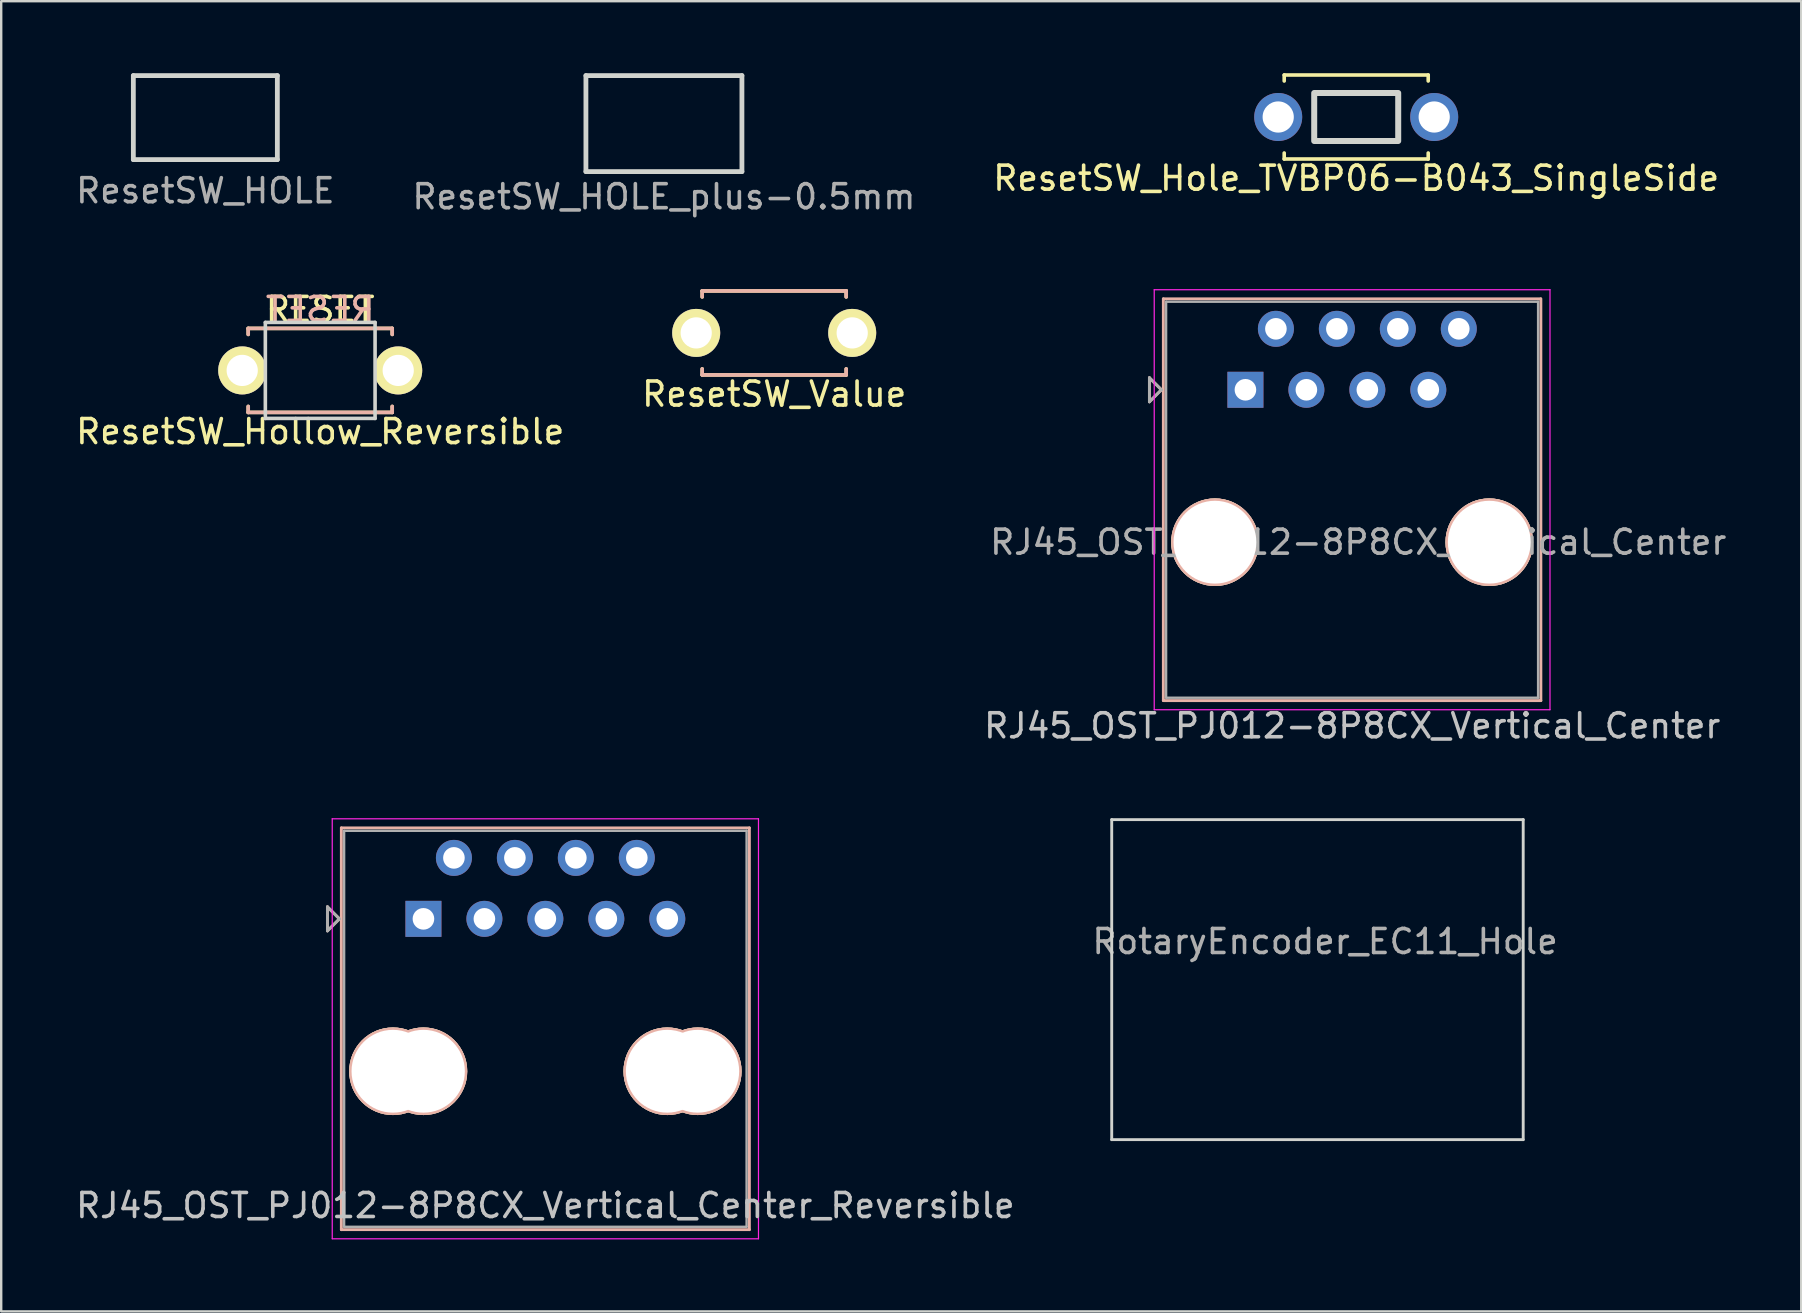
<source format=kicad_pcb>
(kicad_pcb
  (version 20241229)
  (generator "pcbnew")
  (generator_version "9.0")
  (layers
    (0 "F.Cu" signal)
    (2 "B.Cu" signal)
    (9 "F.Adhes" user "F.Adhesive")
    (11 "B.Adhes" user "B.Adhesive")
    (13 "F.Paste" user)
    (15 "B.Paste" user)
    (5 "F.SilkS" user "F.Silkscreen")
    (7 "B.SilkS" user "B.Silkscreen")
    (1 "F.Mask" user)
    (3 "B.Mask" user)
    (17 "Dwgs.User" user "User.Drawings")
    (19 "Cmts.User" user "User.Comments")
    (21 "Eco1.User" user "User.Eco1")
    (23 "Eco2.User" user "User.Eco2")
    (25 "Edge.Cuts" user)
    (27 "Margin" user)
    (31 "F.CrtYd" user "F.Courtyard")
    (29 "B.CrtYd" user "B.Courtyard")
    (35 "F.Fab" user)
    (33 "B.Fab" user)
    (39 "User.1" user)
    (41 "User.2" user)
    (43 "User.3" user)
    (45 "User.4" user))
  (footprint "RotaryEncoder_EC11_Hole"
    (layer "F.Cu")
    (at 52.161 37.45)
    (property "Reference" "RotaryEncoder_EC11_Hole" (at 0 -1.27 0) (layer "F.Fab") (effects (font (size 1 1) (thickness 0.15))))
    (attr through_hole)
    (fp_line (start -8.89 -6.35) (end -8.89 6.985) (stroke (width 0.12) (type solid)) (layer "Edge.Cuts"))
    (fp_line (start -8.89 6.985) (end 8.255 6.985) (stroke (width 0.12) (type solid)) (layer "Edge.Cuts"))
    (fp_line (start 8.255 -6.35) (end -8.89 -6.35) (stroke (width 0.12) (type solid)) (layer "Edge.Cuts"))
    (fp_line (start 8.255 6.985) (end 8.255 -6.35) (stroke (width 0.12) (type solid)) (layer "Edge.Cuts")))
  (footprint "RJ45_OST_PJ012-8P8CX_Vertical_Center_Reversible"
    (layer "F.Cu")
    (at 19.673 39.815)
    (property "Reference" "RJ45_OST_PJ012-8P8CX_Vertical_Center_Reversible" (at 0 7.366 0) (layer "Dwgs.User") (effects (font (size 1 1) (thickness 0.15))))
    (attr through_hole)
    (fp_line (start -9.08 -5.08) (end -9.08 -4.08) (stroke (width 0.12) (type solid)) (layer "B.SilkS"))
    (fp_line (start -9.08 -4.08) (end -8.58 -4.58) (stroke (width 0.12) (type solid)) (layer "B.SilkS"))
    (fp_line (start -8.58 -4.58) (end -9.08 -5.08) (stroke (width 0.12) (type solid)) (layer "B.SilkS"))
    (fp_line (start -8.5 -8.37) (end -8.5 8.37) (stroke (width 0.12) (type solid)) (layer "B.SilkS"))
    (fp_line (start 8.5 -8.37) (end -8.5 -8.37) (stroke (width 0.12) (type solid)) (layer "B.SilkS"))
    (fp_line (start 8.5 -8.37) (end 8.5 8.37) (stroke (width 0.12) (type solid)) (layer "B.SilkS"))
    (fp_line (start 8.5 8.37) (end -8.5 8.37) (stroke (width 0.12) (type solid)) (layer "B.SilkS"))
    (fp_line (start -8.88 -8.75) (end -8.88 8.75) (stroke (width 0.05) (type solid)) (layer "F.CrtYd"))
    (fp_line (start -8.88 -8.75) (end 8.88 -8.75) (stroke (width 0.05) (type solid)) (layer "F.CrtYd"))
    (fp_line (start -8.88 8.75) (end 8.88 8.75) (stroke (width 0.05) (type solid)) (layer "F.CrtYd"))
    (fp_line (start 8.88 -8.75) (end 8.88 8.75) (stroke (width 0.05) (type solid)) (layer "F.CrtYd"))
    (fp_line (start -9.08 -5.08) (end -9.08 -4.08) (stroke (width 0.12) (type solid)) (layer "F.Fab"))
    (fp_line (start -9.08 -4.08) (end -8.58 -4.58) (stroke (width 0.12) (type solid)) (layer "F.Fab"))
    (fp_line (start -8.58 -4.58) (end -9.08 -5.08) (stroke (width 0.12) (type solid)) (layer "F.Fab"))
    (fp_line (start -8.385 -8.25) (end -8.385 8.25) (stroke (width 0.1) (type solid)) (layer "F.Fab"))
    (fp_line (start 8.385 -8.25) (end -8.385 -8.25) (stroke (width 0.1) (type solid)) (layer "F.Fab"))
    (fp_line (start 8.385 -8.25) (end 8.385 8.25) (stroke (width 0.1) (type solid)) (layer "F.Fab"))
    (fp_line (start 8.385 8.25) (end -8.385 8.25) (stroke (width 0.1) (type solid)) (layer "F.Fab"))
    (pad "" np_thru_hole circle (at -6.35 1.77) (size 3.65 3.65) (drill 3.45) (layers "*.Cu" "*.SilkS" "*.Mask"))
    (pad "" np_thru_hole circle (at -5.08 1.77) (size 3.65 3.65) (drill 3.45) (layers "*.Cu" "*.SilkS" "*.Mask"))
    (pad "" np_thru_hole circle (at 5.08 1.77) (size 3.65 3.65) (drill 3.45) (layers "*.Cu" "*.SilkS" "*.Mask"))
    (pad "" np_thru_hole circle (at 6.35 1.77) (size 3.65 3.65) (drill 3.45) (layers "*.Cu" "*.SilkS" "*.Mask"))
    (pad "1" thru_hole rect (at -5.08 -4.58) (size 1.5 1.5) (drill 0.9) (layers "*.Cu" "*.Mask"))
    (pad "2" thru_hole circle (at -3.81 -7.12) (size 1.5 1.5) (drill 0.9) (layers "*.Cu" "*.Mask"))
    (pad "3" thru_hole circle (at -2.54 -4.58) (size 1.5 1.5) (drill 0.9) (layers "*.Cu" "*.Mask"))
    (pad "4" thru_hole circle (at -1.27 -7.12) (size 1.5 1.5) (drill 0.9) (layers "*.Cu" "*.Mask"))
    (pad "5" thru_hole circle (at 0 -4.58) (size 1.5 1.5) (drill 0.9) (layers "*.Cu" "*.Mask"))
    (pad "6" thru_hole circle (at 1.27 -7.12) (size 1.5 1.5) (drill 0.9) (layers "*.Cu" "*.Mask"))
    (pad "7" thru_hole circle (at 2.54 -4.58) (size 1.5 1.5) (drill 0.9) (layers "*.Cu" "*.Mask"))
    (pad "8" thru_hole circle (at 3.81 -7.12) (size 1.5 1.5) (drill 0.9) (layers "*.Cu" "*.Mask"))
    (pad "9" thru_hole circle (at 5.08 -4.58) (size 1.5 1.5) (drill 0.9) (layers "*.Cu" "*.Mask")))
  (footprint "ResetSW_HOLE_plus-0.5mm"
    (layer "F.Cu")
    (at 24.613 2.1)
    (property "Reference" "ResetSW_HOLE_plus-0.5mm" (at 0 3.048 0) (layer "F.Fab") (effects (font (size 1 1) (thickness 0.15))))
    (attr through_hole)
    (fp_line (start -3.25 -2) (end 3.25 -2) (stroke (width 0.2) (type solid)) (layer "Edge.Cuts"))
    (fp_line (start -3.25 2) (end -3.25 -2) (stroke (width 0.2) (type solid)) (layer "Edge.Cuts"))
    (fp_line (start 3.25 -2) (end 3.25 2) (stroke (width 0.2) (type solid)) (layer "Edge.Cuts"))
    (fp_line (start 3.25 2) (end -3.25 2) (stroke (width 0.2) (type solid)) (layer "Edge.Cuts")))
  (footprint "RJ45_OST_PJ012-8P8CX_Vertical_Center"
    (layer "F.Cu")
    (at 53.287 17.771)
    (property "Reference" "RJ45_OST_PJ012-8P8CX_Vertical_Center" (at 0.005 9.42 0) (layer "Dwgs.User") (effects (font (size 1 1) (thickness 0.15))))
    (attr through_hole)
    (fp_line (start -8.445 -5.08) (end -8.445 -4.08) (stroke (width 0.12) (type solid)) (layer "B.SilkS"))
    (fp_line (start -8.445 -4.08) (end -7.945 -4.58) (stroke (width 0.12) (type solid)) (layer "B.SilkS"))
    (fp_line (start -7.945 -4.58) (end -8.445 -5.08) (stroke (width 0.12) (type solid)) (layer "B.SilkS"))
    (fp_line (start -7.865 -8.37) (end -7.865 8.37) (stroke (width 0.12) (type solid)) (layer "B.SilkS"))
    (fp_line (start 7.855 -8.37) (end -7.865 -8.37) (stroke (width 0.12) (type solid)) (layer "B.SilkS"))
    (fp_line (start 7.865 -8.37) (end 7.865 8.37) (stroke (width 0.12) (type solid)) (layer "B.SilkS"))
    (fp_line (start 7.865 8.37) (end -7.865 8.37) (stroke (width 0.12) (type solid)) (layer "B.SilkS"))
    (fp_line (start -8.245 -8.75) (end -8.245 8.75) (stroke (width 0.05) (type solid)) (layer "F.CrtYd"))
    (fp_line (start -8.245 -8.75) (end 8.245 -8.75) (stroke (width 0.05) (type solid)) (layer "F.CrtYd"))
    (fp_line (start -8.245 8.75) (end 8.245 8.75) (stroke (width 0.05) (type solid)) (layer "F.CrtYd"))
    (fp_line (start 8.245 -8.75) (end 8.245 8.75) (stroke (width 0.05) (type solid)) (layer "F.CrtYd"))
    (fp_line (start -8.445 -5.08) (end -8.445 -4.08) (stroke (width 0.12) (type solid)) (layer "F.Fab"))
    (fp_line (start -8.445 -4.08) (end -7.945 -4.58) (stroke (width 0.12) (type solid)) (layer "F.Fab"))
    (fp_line (start -7.945 -4.58) (end -8.445 -5.08) (stroke (width 0.12) (type solid)) (layer "F.Fab"))
    (fp_line (start -7.75 -8.25) (end -7.75 8.25) (stroke (width 0.1) (type solid)) (layer "F.Fab"))
    (fp_line (start 7.75 -8.25) (end -7.75 -8.25) (stroke (width 0.1) (type solid)) (layer "F.Fab"))
    (fp_line (start 7.75 -8.25) (end 7.75 8.25) (stroke (width 0.1) (type solid)) (layer "F.Fab"))
    (fp_line (start 7.75 8.25) (end -7.75 8.25) (stroke (width 0.1) (type solid)) (layer "F.Fab"))
    (fp_text user "${REFERENCE}" (at 0.255 1.77 0) (layer "F.Fab") (effects (font (size 1 1) (thickness 0.15))))
    (pad "" np_thru_hole circle (at -5.715 1.77) (size 3.65 3.65) (drill 3.45) (layers "*.Cu" "*.SilkS" "*.Mask"))
    (pad "" np_thru_hole circle (at 5.715 1.77) (size 3.65 3.65) (drill 3.45) (layers "*.Cu" "*.SilkS" "*.Mask"))
    (pad "1" thru_hole rect (at -4.445 -4.58) (size 1.5 1.5) (drill 0.9) (layers "*.Cu" "*.Mask"))
    (pad "2" thru_hole circle (at -3.175 -7.12) (size 1.5 1.5) (drill 0.9) (layers "*.Cu" "*.Mask"))
    (pad "3" thru_hole circle (at -1.905 -4.58) (size 1.5 1.5) (drill 0.9) (layers "*.Cu" "*.Mask"))
    (pad "4" thru_hole circle (at -0.635 -7.12) (size 1.5 1.5) (drill 0.9) (layers "*.Cu" "*.Mask"))
    (pad "5" thru_hole circle (at 0.635 -4.58) (size 1.5 1.5) (drill 0.9) (layers "*.Cu" "*.Mask"))
    (pad "6" thru_hole circle (at 1.905 -7.12) (size 1.5 1.5) (drill 0.9) (layers "*.Cu" "*.Mask"))
    (pad "7" thru_hole circle (at 3.175 -4.58) (size 1.5 1.5) (drill 0.9) (layers "*.Cu" "*.Mask"))
    (pad "8" thru_hole circle (at 4.445 -7.12) (size 1.5 1.5) (drill 0.9) (layers "*.Cu" "*.Mask")))
  (footprint "ResetSW_Value"
    (layer "F.Cu")
    (at 29.208 10.821)
    (property "Reference" "ResetSW_Value" (at 0 2.55 0) (layer "F.SilkS") (effects (font (size 1 1) (thickness 0.15))))
    (attr through_hole)
    (fp_line (start -3 -1.75) (end -3 -1.5) (stroke (width 0.15) (type solid)) (layer "F.SilkS"))
    (fp_line (start -3 -1.75) (end 3 -1.75) (stroke (width 0.15) (type solid)) (layer "F.SilkS"))
    (fp_line (start -3 1.75) (end -3 1.5) (stroke (width 0.15) (type solid)) (layer "F.SilkS"))
    (fp_line (start -3 1.75) (end 3 1.75) (stroke (width 0.15) (type solid)) (layer "F.SilkS"))
    (fp_line (start 3 -1.75) (end 3 -1.5) (stroke (width 0.15) (type solid)) (layer "F.SilkS"))
    (fp_line (start 3 1.75) (end 3 1.5) (stroke (width 0.15) (type solid)) (layer "F.SilkS"))
    (fp_line (start -3 -1.75) (end 3 -1.75) (stroke (width 0.15) (type solid)) (layer "B.SilkS"))
    (fp_line (start -3 -1.5) (end -3 -1.75) (stroke (width 0.15) (type solid)) (layer "B.SilkS"))
    (fp_line (start -3 1.75) (end -3 1.5) (stroke (width 0.15) (type solid)) (layer "B.SilkS"))
    (fp_line (start 3 -1.75) (end 3 -1.5) (stroke (width 0.15) (type solid)) (layer "B.SilkS"))
    (fp_line (start 3 1.5) (end 3 1.75) (stroke (width 0.15) (type solid)) (layer "B.SilkS"))
    (fp_line (start 3 1.75) (end -3 1.75) (stroke (width 0.15) (type solid)) (layer "B.SilkS"))
    (pad "1" thru_hole circle (at 3.25 0) (size 2 2) (drill 1.3) (layers "*.Cu" "*.Mask" "F.SilkS"))
    (pad "2" thru_hole circle (at -3.25 0) (size 2 2) (drill 1.3) (layers "*.Cu" "*.Mask" "F.SilkS")))
  (footprint "ResetSW_Hollow_Reversible"
    (layer "F.Cu")
    (at 10.292 12.384)
    (property "Reference" "ResetSW_Hollow_Reversible" (at 0 2.55 0) (layer "F.SilkS") (effects (font (size 1 1) (thickness 0.15))))
    (attr through_hole)
    (fp_line (start -3 -1.75) (end -3 -1.5) (stroke (width 0.15) (type solid)) (layer "F.SilkS"))
    (fp_line (start -3 -1.75) (end 3 -1.75) (stroke (width 0.15) (type solid)) (layer "F.SilkS"))
    (fp_line (start -3 1.75) (end -3 1.5) (stroke (width 0.15) (type solid)) (layer "F.SilkS"))
    (fp_line (start -3 1.75) (end 3 1.75) (stroke (width 0.15) (type solid)) (layer "F.SilkS"))
    (fp_line (start 3 -1.75) (end 3 -1.5) (stroke (width 0.15) (type solid)) (layer "F.SilkS"))
    (fp_line (start 3 1.75) (end 3 1.5) (stroke (width 0.15) (type solid)) (layer "F.SilkS"))
    (fp_line (start -3 -1.75) (end 3 -1.75) (stroke (width 0.15) (type solid)) (layer "B.SilkS"))
    (fp_line (start -3 -1.5) (end -3 -1.75) (stroke (width 0.15) (type solid)) (layer "B.SilkS"))
    (fp_line (start -3 1.75) (end -3 1.5) (stroke (width 0.15) (type solid)) (layer "B.SilkS"))
    (fp_line (start 3 -1.75) (end 3 -1.5) (stroke (width 0.15) (type solid)) (layer "B.SilkS"))
    (fp_line (start 3 1.5) (end 3 1.75) (stroke (width 0.15) (type solid)) (layer "B.SilkS"))
    (fp_line (start 3 1.75) (end -3 1.75) (stroke (width 0.15) (type solid)) (layer "B.SilkS"))
    (fp_line (start -2.286 -2) (end -2.286 2) (stroke (width 0.15) (type solid)) (layer "Edge.Cuts"))
    (fp_line (start -2.286 2) (end 2.286 2) (stroke (width 0.15) (type solid)) (layer "Edge.Cuts"))
    (fp_line (start 2.286 -2) (end -2.286 -2) (stroke (width 0.15) (type solid)) (layer "Edge.Cuts"))
    (fp_line (start 2.286 2) (end 2.286 -2) (stroke (width 0.15) (type solid)) (layer "Edge.Cuts"))
    (fp_text user "RESET" (at 0 -2.54 0) (layer "F.SilkS") (effects (font (size 1 1) (thickness 0.15))))
    (fp_text user "RESET" (at 0 -2.54 0) (layer "B.SilkS") (effects (font (size 1 1) (thickness 0.15)) (justify mirror)))
    (pad "1" thru_hole circle (at 3.25 0) (size 2 2) (drill 1.3) (layers "*.Cu" "*.Mask" "F.SilkS"))
    (pad "2" thru_hole circle (at -3.25 0) (size 2 2) (drill 1.3) (layers "*.Cu" "*.Mask" "F.SilkS")))
  (footprint "ResetSW_Hole_TVBP06-B043_SingleSide"
    (layer "F.Cu")
    (at 53.458 1.825)
    (property "Reference" "ResetSW_Hole_TVBP06-B043_SingleSide" (at 0 2.55 0) (layer "F.SilkS") (effects (font (size 1 1) (thickness 0.15))))
    (attr through_hole)
    (fp_line (start -3 -1.75) (end -3 -1.5) (stroke (width 0.15) (type solid)) (layer "F.SilkS"))
    (fp_line (start -3 -1.75) (end 3 -1.75) (stroke (width 0.15) (type solid)) (layer "F.SilkS"))
    (fp_line (start -3 1.75) (end -3 1.5) (stroke (width 0.15) (type solid)) (layer "F.SilkS"))
    (fp_line (start -3 1.75) (end 3 1.75) (stroke (width 0.15) (type solid)) (layer "F.SilkS"))
    (fp_line (start 3 -1.75) (end 3 -1.5) (stroke (width 0.15) (type solid)) (layer "F.SilkS"))
    (fp_line (start 3 1.75) (end 3 1.5) (stroke (width 0.15) (type solid)) (layer "F.SilkS"))
    (fp_rect (start -1.75 -1) (end 1.75 1) (stroke (width 0.25) (type solid)) (fill no) (layer "Edge.Cuts"))
    (pad "1" thru_hole circle (at 3.25 0) (size 2 2) (drill 1.3) (layers "*.Cu" "B.Mask"))
    (pad "2" thru_hole circle (at -3.25 0) (size 2 2) (drill 1.3) (layers "*.Cu" "B.Mask")))
  (footprint "ResetSW_HOLE"
    (layer "F.Cu")
    (at 5.506 1.85)
    (property "Reference" "ResetSW_HOLE" (at 0 3.048 0) (layer "F.Fab") (effects (font (size 1 1) (thickness 0.15))))
    (attr through_hole)
    (fp_line (start -3 -1.75) (end 3 -1.75) (stroke (width 0.2) (type solid)) (layer "Edge.Cuts"))
    (fp_line (start -3 1.75) (end -3 -1.75) (stroke (width 0.2) (type solid)) (layer "Edge.Cuts"))
    (fp_line (start 3 -1.75) (end 3 1.75) (stroke (width 0.2) (type solid)) (layer "Edge.Cuts"))
    (fp_line (start 3 1.75) (end -3 1.75) (stroke (width 0.2) (type solid)) (layer "Edge.Cuts")))
  (gr_rect
    (start -3 -3)
    (end 72 51.59)
    (stroke (width 0.1) (type default))
    (fill no)
    (layer "Edge.Cuts")))
</source>
